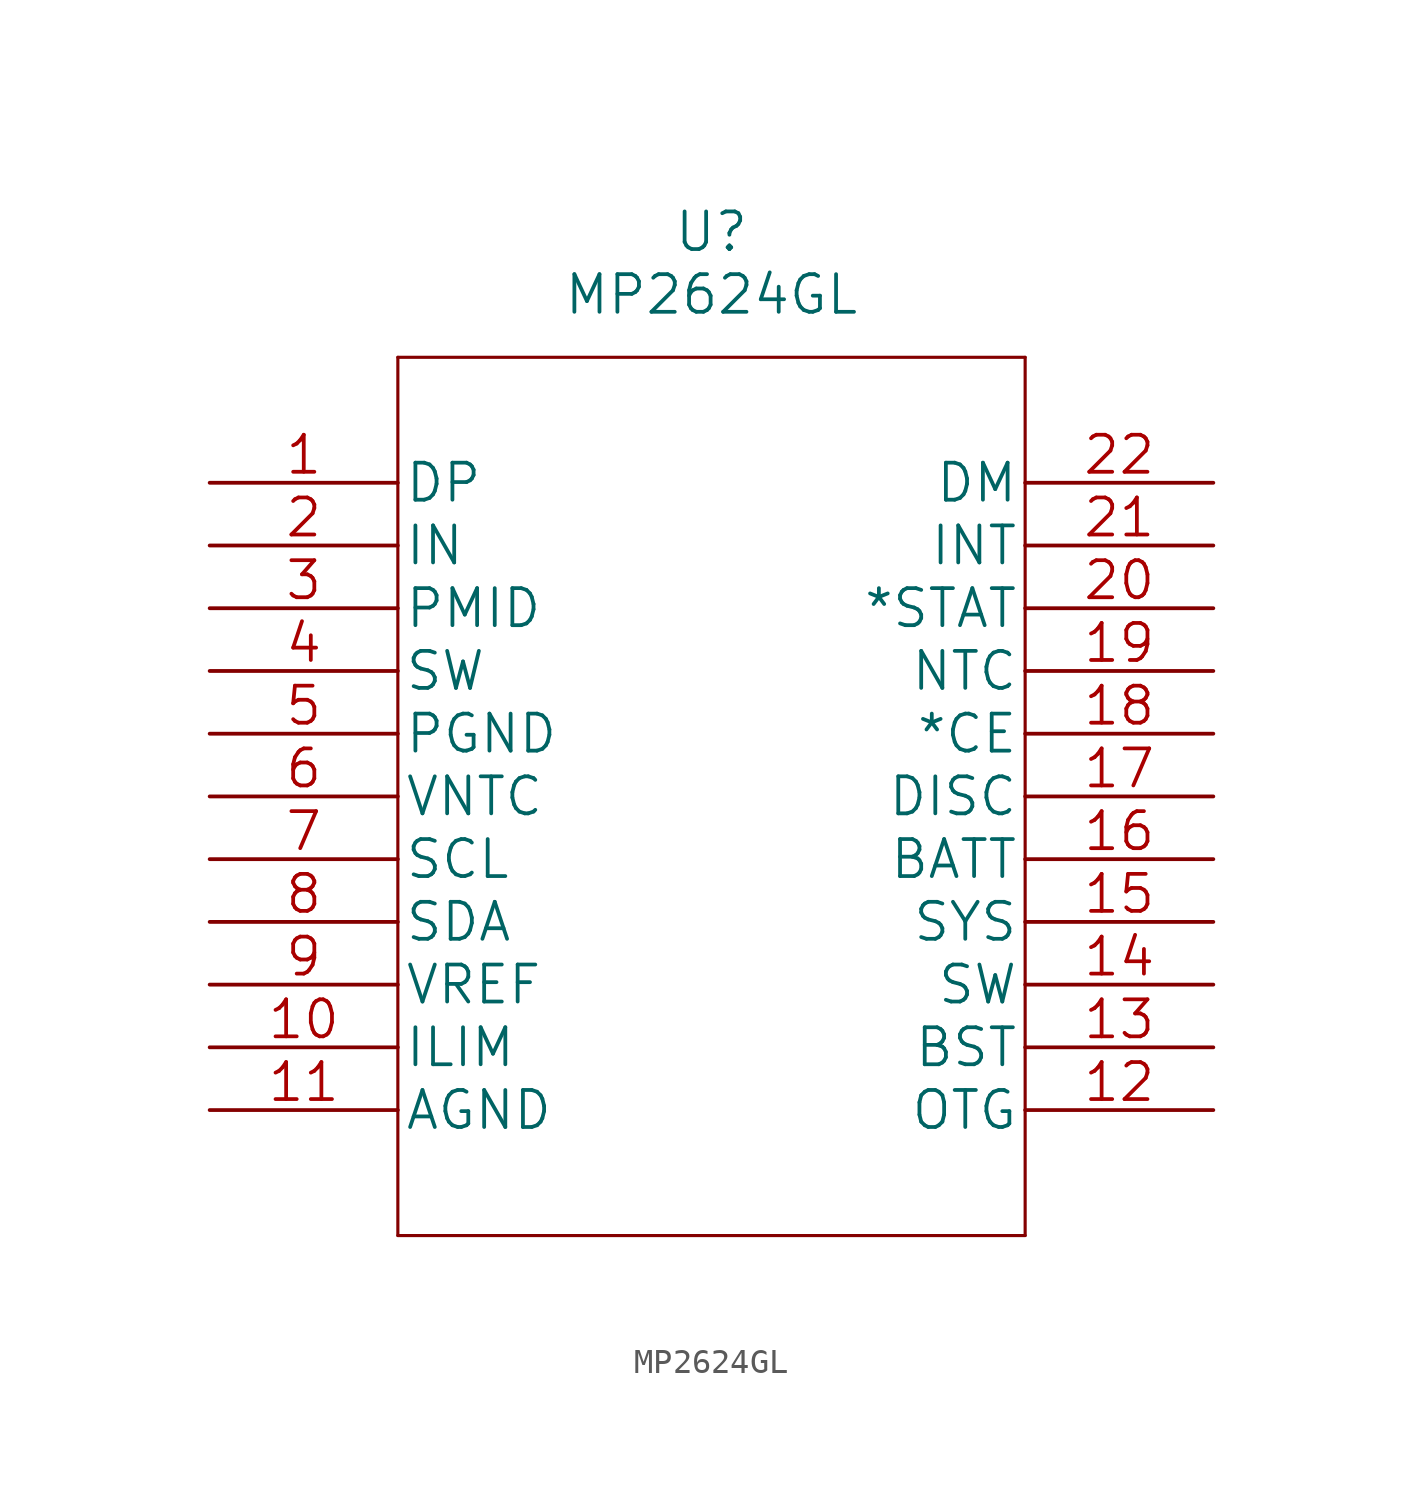
<source format=kicad_sym>
(kicad_symbol_lib
  (version 20211014)
  (generator kicad_symbol_editor)
  (symbol "MP2624GL"
    (pin_names
      (offset 0.254))
    (property "Reference" "U"
      (at 20.32 10.16 0)
      (effects (font (size 1.524 1.524))))
    (property "Value" "MP2624GL"
      (at 20.32 7.62 0)
      (effects (font (size 1.524 1.524))))
    (property "Datasheet" ""
      (at 0 0 0)
      (effects (font (size 1.524 1.524))))
    (property "ki_locked" ""
      (at 0 0 0)
      (effects (font (size 1.27 1.27))))
    (symbol "MP2624GL_1_1"
      (polyline (pts (xy 7.62 -30.48) (xy 33.02 -30.48)) (stroke (width 0.127) (type default) (color 0 0 0 0)) (fill (type none)))
      (polyline (pts (xy 7.62 5.08) (xy 7.62 -30.48)) (stroke (width 0.127) (type default) (color 0 0 0 0)) (fill (type none)))
      (polyline (pts (xy 33.02 -30.48) (xy 33.02 5.08)) (stroke (width 0.127) (type default) (color 0 0 0 0)) (fill (type none)))
      (polyline (pts (xy 33.02 5.08) (xy 7.62 5.08)) (stroke (width 0.127) (type default) (color 0 0 0 0)) (fill (type none)))
      (pin input line (at 0 0 0) (length 7.62) (name "DP" (effects (font (size 1.499 1.499)))) (number "1" (effects (font (size 1.499 1.499)))))
      (pin input line (at 0 -22.86 0) (length 7.62) (name "ILIM" (effects (font (size 1.499 1.499)))) (number "10" (effects (font (size 1.499 1.499)))))
      (pin bidirectional line (at 0 -25.4 0) (length 7.62) (name "AGND" (effects (font (size 1.499 1.499)))) (number "11" (effects (font (size 1.499 1.499)))))
      (pin input line (at 40.64 -25.4 180) (length 7.62) (name "OTG" (effects (font (size 1.499 1.499)))) (number "12" (effects (font (size 1.499 1.499)))))
      (pin power_in line (at 40.64 -22.86 180) (length 7.62) (name "BST" (effects (font (size 1.499 1.499)))) (number "13" (effects (font (size 1.499 1.499)))))
      (pin power_in line (at 40.64 -20.32 180) (length 7.62) (name "SW" (effects (font (size 1.499 1.499)))) (number "14" (effects (font (size 1.499 1.499)))))
      (pin power_in line (at 40.64 -17.78 180) (length 7.62) (name "SYS" (effects (font (size 1.499 1.499)))) (number "15" (effects (font (size 1.499 1.499)))))
      (pin power_in line (at 40.64 -15.24 180) (length 7.62) (name "BATT" (effects (font (size 1.499 1.499)))) (number "16" (effects (font (size 1.499 1.499)))))
      (pin input line (at 40.64 -12.7 180) (length 7.62) (name "DISC" (effects (font (size 1.499 1.499)))) (number "17" (effects (font (size 1.499 1.499)))))
      (pin input line (at 40.64 -10.16 180) (length 7.62) (name "*CE" (effects (font (size 1.499 1.499)))) (number "18" (effects (font (size 1.499 1.499)))))
      (pin input line (at 40.64 -7.62 180) (length 7.62) (name "NTC" (effects (font (size 1.499 1.499)))) (number "19" (effects (font (size 1.499 1.499)))))
      (pin power_in line (at 0 -2.54 0) (length 7.62) (name "IN" (effects (font (size 1.499 1.499)))) (number "2" (effects (font (size 1.499 1.499)))))
      (pin output line (at 40.64 -5.08 180) (length 7.62) (name "*STAT" (effects (font (size 1.499 1.499)))) (number "20" (effects (font (size 1.499 1.499)))))
      (pin output line (at 40.64 -2.54 180) (length 7.62) (name "INT" (effects (font (size 1.499 1.499)))) (number "21" (effects (font (size 1.499 1.499)))))
      (pin input line (at 40.64 0 180) (length 7.62) (name "DM" (effects (font (size 1.499 1.499)))) (number "22" (effects (font (size 1.499 1.499)))))
      (pin power_in line (at 0 -5.08 0) (length 7.62) (name "PMID" (effects (font (size 1.499 1.499)))) (number "3" (effects (font (size 1.499 1.499)))))
      (pin power_in line (at 0 -7.62 0) (length 7.62) (name "SW" (effects (font (size 1.499 1.499)))) (number "4" (effects (font (size 1.499 1.499)))))
      (pin power_in line (at 0 -10.16 0) (length 7.62) (name "PGND" (effects (font (size 1.499 1.499)))) (number "5" (effects (font (size 1.499 1.499)))))
      (pin output line (at 0 -12.7 0) (length 7.62) (name "VNTC" (effects (font (size 1.499 1.499)))) (number "6" (effects (font (size 1.499 1.499)))))
      (pin bidirectional line (at 0 -15.24 0) (length 7.62) (name "SCL" (effects (font (size 1.499 1.499)))) (number "7" (effects (font (size 1.499 1.499)))))
      (pin bidirectional line (at 0 -17.78 0) (length 7.62) (name "SDA" (effects (font (size 1.499 1.499)))) (number "8" (effects (font (size 1.499 1.499)))))
      (pin power_in line (at 0 -20.32 0) (length 7.62) (name "VREF" (effects (font (size 1.499 1.499)))) (number "9" (effects (font (size 1.499 1.499))))))))
</source>
